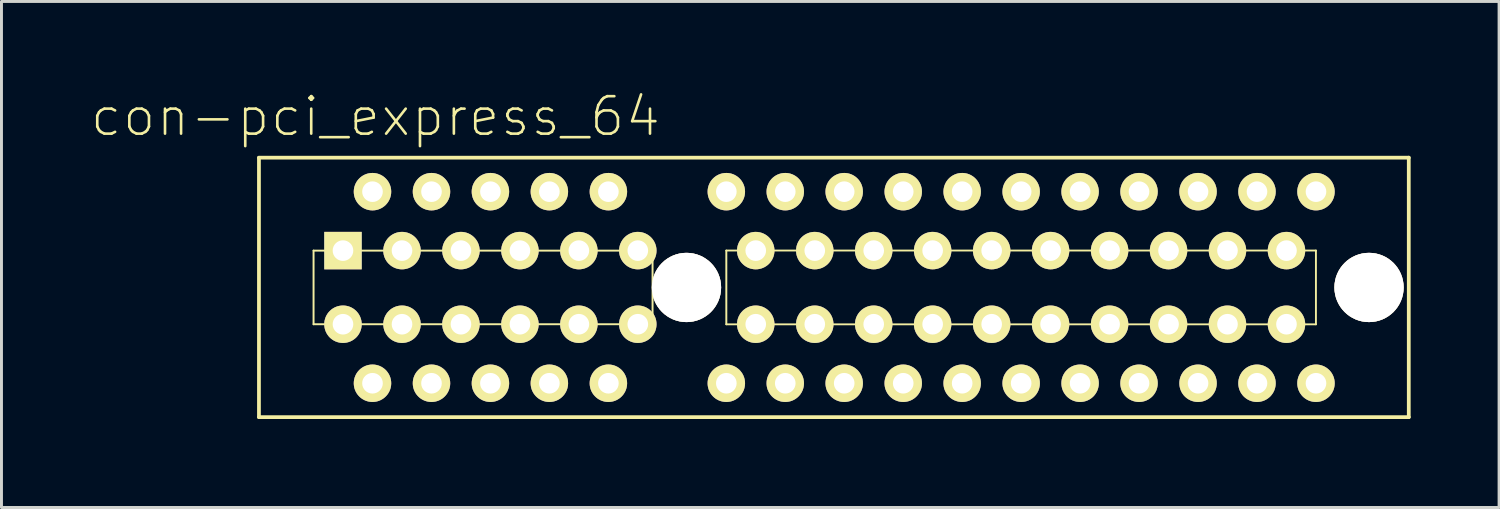
<source format=kicad_pcb>
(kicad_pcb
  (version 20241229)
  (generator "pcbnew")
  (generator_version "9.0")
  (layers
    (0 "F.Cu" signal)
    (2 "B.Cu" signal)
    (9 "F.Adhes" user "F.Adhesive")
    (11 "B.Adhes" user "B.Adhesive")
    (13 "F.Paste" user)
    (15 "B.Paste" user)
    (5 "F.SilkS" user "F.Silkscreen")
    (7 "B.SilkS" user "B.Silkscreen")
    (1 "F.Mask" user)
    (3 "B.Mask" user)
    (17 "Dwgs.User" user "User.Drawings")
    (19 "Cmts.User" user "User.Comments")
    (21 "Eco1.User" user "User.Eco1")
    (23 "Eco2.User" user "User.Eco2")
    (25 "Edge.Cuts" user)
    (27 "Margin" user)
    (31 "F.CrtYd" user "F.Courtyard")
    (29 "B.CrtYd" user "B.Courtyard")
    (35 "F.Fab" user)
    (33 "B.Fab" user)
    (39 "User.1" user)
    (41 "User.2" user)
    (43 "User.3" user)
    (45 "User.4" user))
  (footprint "con-pci_express_64"
    (layer "F.Cu")
    (at 18.583 6.949)
    (property "Reference" "con-pci_express_64" (at -8.9 -6.05 0) (layer "F.SilkS") (effects (font (size 1.27 1.27) (thickness 0.089))))
    (attr exclude_from_pos_files exclude_from_bom)
    (fp_line (start -12.85 4.148) (end -12.85 -4.648) (stroke (width 0.127) (type solid)) (layer "F.SilkS"))
    (fp_line (start -12.85 4.15) (end 26.149 4.15) (stroke (width 0.127) (type solid)) (layer "F.SilkS"))
    (fp_line (start -10.998 -1.499) (end 0.5 -1.499) (stroke (width 0.066) (type solid)) (layer "F.SilkS"))
    (fp_line (start -10.998 0.998) (end -10.998 -1.499) (stroke (width 0.066) (type solid)) (layer "F.SilkS"))
    (fp_line (start -10.998 0.998) (end 0.5 0.998) (stroke (width 0.066) (type solid)) (layer "F.SilkS"))
    (fp_line (start 0.5 0.998) (end 0.5 -1.499) (stroke (width 0.066) (type solid)) (layer "F.SilkS"))
    (fp_line (start 3 -1.501) (end 23 -1.501) (stroke (width 0.064) (type solid)) (layer "F.SilkS"))
    (fp_line (start 3.002 0.998) (end 3.002 -1.499) (stroke (width 0.066) (type solid)) (layer "F.SilkS"))
    (fp_line (start 23 1.001) (end 3 1.001) (stroke (width 0.064) (type solid)) (layer "F.SilkS"))
    (fp_line (start 23 1.001) (end 23 -1.501) (stroke (width 0.064) (type solid)) (layer "F.SilkS"))
    (fp_line (start 26.149 -4.651) (end -12.85 -4.651) (stroke (width 0.127) (type solid)) (layer "F.SilkS"))
    (fp_line (start 26.149 -4.651) (end 26.149 4.15) (stroke (width 0.127) (type solid)) (layer "F.SilkS"))
    (pad "" thru_hole circle (at 1.651 -0.249) (size 2.349 2.349) (drill 2.349) (layers "*.Cu" "F.Mask" "F.SilkS" "F.Paste"))
    (pad "" thru_hole circle (at 24.801 -0.249) (size 2.349 2.349) (drill 2.349) (layers "*.Cu" "F.Mask" "F.SilkS" "F.Paste"))
    (pad "A1" thru_hole rect (at -10 -1.499) (size 1.27 1.27) (drill 0.699) (layers "*.Cu" "F.Mask" "F.SilkS" "F.Paste"))
    (pad "A2" thru_hole circle (at -8.999 -3.498) (size 1.27 1.27) (drill 0.699) (layers "*.Cu" "F.Mask" "F.SilkS" "F.Paste"))
    (pad "A3" thru_hole circle (at -7.998 -1.499) (size 1.27 1.27) (drill 0.699) (layers "*.Cu" "F.Mask" "F.SilkS" "F.Paste"))
    (pad "A4" thru_hole circle (at -6.998 -3.498) (size 1.27 1.27) (drill 0.699) (layers "*.Cu" "F.Mask" "F.SilkS" "F.Paste"))
    (pad "A5" thru_hole circle (at -5.999 -1.499) (size 1.27 1.27) (drill 0.699) (layers "*.Cu" "F.Mask" "F.SilkS" "F.Paste"))
    (pad "A6" thru_hole circle (at -4.999 -3.498) (size 1.27 1.27) (drill 0.699) (layers "*.Cu" "F.Mask" "F.SilkS" "F.Paste"))
    (pad "A7" thru_hole circle (at -3.998 -1.499) (size 1.27 1.27) (drill 0.699) (layers "*.Cu" "F.Mask" "F.SilkS" "F.Paste"))
    (pad "A8" thru_hole circle (at -3 -3.498) (size 1.27 1.27) (drill 0.699) (layers "*.Cu" "F.Mask" "F.SilkS" "F.Paste"))
    (pad "A9" thru_hole circle (at -1.999 -1.499) (size 1.27 1.27) (drill 0.699) (layers "*.Cu" "F.Mask" "F.SilkS" "F.Paste"))
    (pad "A10" thru_hole circle (at -0.998 -3.498) (size 1.27 1.27) (drill 0.699) (layers "*.Cu" "F.Mask" "F.SilkS" "F.Paste"))
    (pad "A11" thru_hole circle (at 0 -1.499) (size 1.27 1.27) (drill 0.699) (layers "*.Cu" "F.Mask" "F.SilkS" "F.Paste"))
    (pad "A12" thru_hole circle (at 3.002 -3.498) (size 1.27 1.27) (drill 0.699) (layers "*.Cu" "F.Mask" "F.SilkS" "F.Paste"))
    (pad "A13" thru_hole circle (at 4 -1.499) (size 1.27 1.27) (drill 0.699) (layers "*.Cu" "F.Mask" "F.SilkS" "F.Paste"))
    (pad "A14" thru_hole circle (at 5.001 -3.498) (size 1.27 1.27) (drill 0.699) (layers "*.Cu" "F.Mask" "F.SilkS" "F.Paste"))
    (pad "A15" thru_hole circle (at 6.002 -1.499) (size 1.27 1.27) (drill 0.699) (layers "*.Cu" "F.Mask" "F.SilkS" "F.Paste"))
    (pad "A16" thru_hole circle (at 7 -3.498) (size 1.27 1.27) (drill 0.699) (layers "*.Cu" "F.Mask" "F.SilkS" "F.Paste"))
    (pad "A17" thru_hole circle (at 8.001 -1.499) (size 1.27 1.27) (drill 0.699) (layers "*.Cu" "F.Mask" "F.SilkS" "F.Paste"))
    (pad "A18" thru_hole circle (at 9.002 -3.498) (size 1.27 1.27) (drill 0.699) (layers "*.Cu" "F.Mask" "F.SilkS" "F.Paste"))
    (pad "A19" thru_hole circle (at 10 -1.499) (size 1.27 1.27) (drill 0.699) (layers "*.Cu" "F.Mask" "F.SilkS" "F.Paste"))
    (pad "A20" thru_hole circle (at 11.001 -3.498) (size 1.27 1.27) (drill 0.699) (layers "*.Cu" "F.Mask" "F.SilkS" "F.Paste"))
    (pad "A21" thru_hole circle (at 12.002 -1.499) (size 1.27 1.27) (drill 0.699) (layers "*.Cu" "F.Mask" "F.SilkS" "F.Paste"))
    (pad "A22" thru_hole circle (at 13.002 -3.498) (size 1.27 1.27) (drill 0.699) (layers "*.Cu" "F.Mask" "F.SilkS" "F.Paste"))
    (pad "A23" thru_hole circle (at 14 -1.499) (size 1.27 1.27) (drill 0.699) (layers "*.Cu" "F.Mask" "F.SilkS" "F.Paste"))
    (pad "A24" thru_hole circle (at 15.001 -3.498) (size 1.27 1.27) (drill 0.699) (layers "*.Cu" "F.Mask" "F.SilkS" "F.Paste"))
    (pad "A25" thru_hole circle (at 16.002 -1.499) (size 1.27 1.27) (drill 0.699) (layers "*.Cu" "F.Mask" "F.SilkS" "F.Paste"))
    (pad "A26" thru_hole circle (at 17 -3.498) (size 1.27 1.27) (drill 0.699) (layers "*.Cu" "F.Mask" "F.SilkS" "F.Paste"))
    (pad "A27" thru_hole circle (at 18.001 -1.499) (size 1.27 1.27) (drill 0.699) (layers "*.Cu" "F.Mask" "F.SilkS" "F.Paste"))
    (pad "A28" thru_hole circle (at 19.002 -3.498) (size 1.27 1.27) (drill 0.699) (layers "*.Cu" "F.Mask" "F.SilkS" "F.Paste"))
    (pad "A29" thru_hole circle (at 20 -1.499) (size 1.27 1.27) (drill 0.699) (layers "*.Cu" "F.Mask" "F.SilkS" "F.Paste"))
    (pad "A30" thru_hole circle (at 21.001 -3.498) (size 1.27 1.27) (drill 0.699) (layers "*.Cu" "F.Mask" "F.SilkS" "F.Paste"))
    (pad "A31" thru_hole circle (at 22.001 -1.499) (size 1.27 1.27) (drill 0.699) (layers "*.Cu" "F.Mask" "F.SilkS" "F.Paste"))
    (pad "A32" thru_hole circle (at 23.002 -3.498) (size 1.27 1.27) (drill 0.699) (layers "*.Cu" "F.Mask" "F.SilkS" "F.Paste"))
    (pad "B1" thru_hole circle (at -10 0.998) (size 1.27 1.27) (drill 0.699) (layers "*.Cu" "F.Mask" "F.SilkS" "F.Paste"))
    (pad "B2" thru_hole circle (at -8.999 3) (size 1.27 1.27) (drill 0.699) (layers "*.Cu" "F.Mask" "F.SilkS" "F.Paste"))
    (pad "B3" thru_hole circle (at -7.998 0.998) (size 1.27 1.27) (drill 0.699) (layers "*.Cu" "F.Mask" "F.SilkS" "F.Paste"))
    (pad "B4" thru_hole circle (at -6.998 3) (size 1.27 1.27) (drill 0.699) (layers "*.Cu" "F.Mask" "F.SilkS" "F.Paste"))
    (pad "B5" thru_hole circle (at -5.999 0.998) (size 1.27 1.27) (drill 0.699) (layers "*.Cu" "F.Mask" "F.SilkS" "F.Paste"))
    (pad "B6" thru_hole circle (at -4.999 3) (size 1.27 1.27) (drill 0.699) (layers "*.Cu" "F.Mask" "F.SilkS" "F.Paste"))
    (pad "B7" thru_hole circle (at -3.998 0.998) (size 1.27 1.27) (drill 0.699) (layers "*.Cu" "F.Mask" "F.SilkS" "F.Paste"))
    (pad "B8" thru_hole circle (at -3 3) (size 1.27 1.27) (drill 0.699) (layers "*.Cu" "F.Mask" "F.SilkS" "F.Paste"))
    (pad "B9" thru_hole circle (at -1.999 0.998) (size 1.27 1.27) (drill 0.699) (layers "*.Cu" "F.Mask" "F.SilkS" "F.Paste"))
    (pad "B10" thru_hole circle (at -0.998 3) (size 1.27 1.27) (drill 0.699) (layers "*.Cu" "F.Mask" "F.SilkS" "F.Paste"))
    (pad "B11" thru_hole circle (at 0 0.998) (size 1.27 1.27) (drill 0.699) (layers "*.Cu" "F.Mask" "F.SilkS" "F.Paste"))
    (pad "B12" thru_hole circle (at 3.002 3) (size 1.27 1.27) (drill 0.699) (layers "*.Cu" "F.Mask" "F.SilkS" "F.Paste"))
    (pad "B13" thru_hole circle (at 4 0.998) (size 1.27 1.27) (drill 0.699) (layers "*.Cu" "F.Mask" "F.SilkS" "F.Paste"))
    (pad "B14" thru_hole circle (at 5.001 3) (size 1.27 1.27) (drill 0.699) (layers "*.Cu" "F.Mask" "F.SilkS" "F.Paste"))
    (pad "B15" thru_hole circle (at 6.002 0.998) (size 1.27 1.27) (drill 0.699) (layers "*.Cu" "F.Mask" "F.SilkS" "F.Paste"))
    (pad "B16" thru_hole circle (at 7 3) (size 1.27 1.27) (drill 0.699) (layers "*.Cu" "F.Mask" "F.SilkS" "F.Paste"))
    (pad "B17" thru_hole circle (at 8.001 0.998) (size 1.27 1.27) (drill 0.699) (layers "*.Cu" "F.Mask" "F.SilkS" "F.Paste"))
    (pad "B18" thru_hole circle (at 9.002 3) (size 1.27 1.27) (drill 0.699) (layers "*.Cu" "F.Mask" "F.SilkS" "F.Paste"))
    (pad "B19" thru_hole circle (at 10 0.998) (size 1.27 1.27) (drill 0.699) (layers "*.Cu" "F.Mask" "F.SilkS" "F.Paste"))
    (pad "B20" thru_hole circle (at 11.001 3) (size 1.27 1.27) (drill 0.699) (layers "*.Cu" "F.Mask" "F.SilkS" "F.Paste"))
    (pad "B21" thru_hole circle (at 12.002 0.998) (size 1.27 1.27) (drill 0.699) (layers "*.Cu" "F.Mask" "F.SilkS" "F.Paste"))
    (pad "B22" thru_hole circle (at 13.002 3) (size 1.27 1.27) (drill 0.699) (layers "*.Cu" "F.Mask" "F.SilkS" "F.Paste"))
    (pad "B23" thru_hole circle (at 14 0.998) (size 1.27 1.27) (drill 0.699) (layers "*.Cu" "F.Mask" "F.SilkS" "F.Paste"))
    (pad "B24" thru_hole circle (at 15.001 3) (size 1.27 1.27) (drill 0.699) (layers "*.Cu" "F.Mask" "F.SilkS" "F.Paste"))
    (pad "B25" thru_hole circle (at 16.002 0.998) (size 1.27 1.27) (drill 0.699) (layers "*.Cu" "F.Mask" "F.SilkS" "F.Paste"))
    (pad "B26" thru_hole circle (at 17 3) (size 1.27 1.27) (drill 0.699) (layers "*.Cu" "F.Mask" "F.SilkS" "F.Paste"))
    (pad "B27" thru_hole circle (at 18.001 0.998) (size 1.27 1.27) (drill 0.699) (layers "*.Cu" "F.Mask" "F.SilkS" "F.Paste"))
    (pad "B28" thru_hole circle (at 19.002 3) (size 1.27 1.27) (drill 0.699) (layers "*.Cu" "F.Mask" "F.SilkS" "F.Paste"))
    (pad "B29" thru_hole circle (at 20 0.998) (size 1.27 1.27) (drill 0.699) (layers "*.Cu" "F.Mask" "F.SilkS" "F.Paste"))
    (pad "B30" thru_hole circle (at 21.001 3) (size 1.27 1.27) (drill 0.699) (layers "*.Cu" "F.Mask" "F.SilkS" "F.Paste"))
    (pad "B31" thru_hole circle (at 22.001 0.998) (size 1.27 1.27) (drill 0.699) (layers "*.Cu" "F.Mask" "F.SilkS" "F.Paste"))
    (pad "B32" thru_hole circle (at 23.002 3) (size 1.27 1.27) (drill 0.699) (layers "*.Cu" "F.Mask" "F.SilkS" "F.Paste")))
  (gr_rect
    (start -3 -3)
    (end 47.795 14.163)
    (stroke (width 0.1) (type default))
    (fill no)
    (layer "Edge.Cuts")))
</source>
